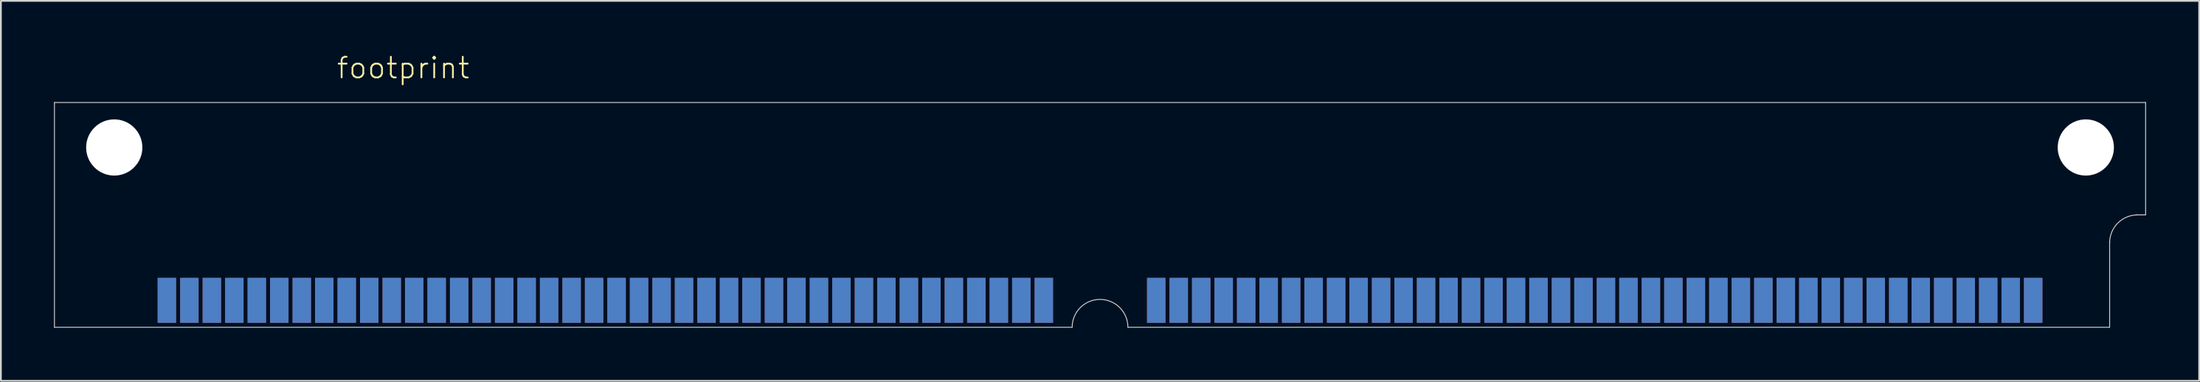
<source format=kicad_pcb>
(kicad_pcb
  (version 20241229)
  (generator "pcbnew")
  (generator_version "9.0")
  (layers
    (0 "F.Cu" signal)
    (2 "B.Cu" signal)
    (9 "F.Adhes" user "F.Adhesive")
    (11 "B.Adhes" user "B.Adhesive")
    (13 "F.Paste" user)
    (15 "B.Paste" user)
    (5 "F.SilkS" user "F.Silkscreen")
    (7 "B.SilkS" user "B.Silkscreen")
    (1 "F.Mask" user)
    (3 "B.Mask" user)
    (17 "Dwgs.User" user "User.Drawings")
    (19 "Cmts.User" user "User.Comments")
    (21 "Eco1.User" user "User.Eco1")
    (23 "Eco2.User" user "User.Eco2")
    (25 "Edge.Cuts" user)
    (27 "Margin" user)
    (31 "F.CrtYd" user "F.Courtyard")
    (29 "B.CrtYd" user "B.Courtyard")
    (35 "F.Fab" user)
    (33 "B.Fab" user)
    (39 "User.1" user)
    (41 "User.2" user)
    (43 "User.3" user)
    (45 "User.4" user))
  (footprint "footprint"
    (layer "F.Cu")
    (at 59.08 5.283)
    (property "Reference" "footprint" (at -43.18 -3.81 0) (layer "F.SilkS") (effects (font (size 1.168 1.168) (thickness 0.102)) (justify left bottom)))
    (fp_line (start -59.055 -2.54) (end -59.055 10.16) (stroke (width 0.05) (type solid)) (layer "Edge.Cuts"))
    (fp_line (start -59.055 10.16) (end -1.575 10.16) (stroke (width 0.05) (type solid)) (layer "Edge.Cuts"))
    (fp_line (start 1.575 10.16) (end 57.023 10.16) (stroke (width 0.05) (type solid)) (layer "Edge.Cuts"))
    (fp_line (start 57.023 10.16) (end 57.023 5.309) (stroke (width 0.05) (type solid)) (layer "Edge.Cuts"))
    (fp_line (start 59.055 -2.54) (end -59.055 -2.54) (stroke (width 0.05) (type solid)) (layer "Edge.Cuts"))
    (fp_line (start 59.055 3.81) (end 58.496 3.81) (stroke (width 0.05) (type solid)) (layer "Edge.Cuts"))
    (fp_line (start 59.055 3.81) (end 59.055 -2.54) (stroke (width 0.05) (type solid)) (layer "Edge.Cuts"))
    (fp_arc (start -1.5748 10.16) (mid 0 8.5852) (end 1.5748 10.16) (stroke (width 0.05) (type solid)) (layer "Edge.Cuts"))
    (fp_arc (start 57.023 5.3848) (mid 57.484248 4.271248) (end 58.5978 3.81) (stroke (width 0.05) (type solid)) (layer "Edge.Cuts"))
    (pad "" np_thru_hole circle (at -55.677 0) (size 3.175 3.175) (drill 3.175) (layers "*.Cu" "*.Mask"))
    (pad "" np_thru_hole circle (at 55.677 0) (size 3.175 3.175) (drill 3.175) (layers "*.Cu" "*.Mask"))
    (pad "1" smd rect (at 52.705 8.636) (size 1.041 2.54) (layers "F.Cu" "F.Mask" "F.Paste"))
    (pad "2" smd rect (at 51.435 8.636) (size 1.041 2.54) (layers "F.Cu" "F.Mask" "F.Paste"))
    (pad "3" smd rect (at 50.165 8.636) (size 1.041 2.54) (layers "F.Cu" "F.Mask" "F.Paste"))
    (pad "4" smd rect (at 48.895 8.636) (size 1.041 2.54) (layers "F.Cu" "F.Mask" "F.Paste"))
    (pad "5" smd rect (at 47.625 8.636) (size 1.041 2.54) (layers "F.Cu" "F.Mask" "F.Paste"))
    (pad "6" smd rect (at 46.355 8.636) (size 1.041 2.54) (layers "F.Cu" "F.Mask" "F.Paste"))
    (pad "7" smd rect (at 45.085 8.636) (size 1.041 2.54) (layers "F.Cu" "F.Mask" "F.Paste"))
    (pad "8" smd rect (at 43.815 8.636) (size 1.041 2.54) (layers "F.Cu" "F.Mask" "F.Paste"))
    (pad "9" smd rect (at 42.545 8.636) (size 1.041 2.54) (layers "F.Cu" "F.Mask" "F.Paste"))
    (pad "10" smd rect (at 41.275 8.636) (size 1.041 2.54) (layers "F.Cu" "F.Mask" "F.Paste"))
    (pad "11" smd rect (at 40.005 8.636) (size 1.041 2.54) (layers "F.Cu" "F.Mask" "F.Paste"))
    (pad "12" smd rect (at 38.735 8.636) (size 1.041 2.54) (layers "F.Cu" "F.Mask" "F.Paste"))
    (pad "13" smd rect (at 37.465 8.636) (size 1.041 2.54) (layers "F.Cu" "F.Mask" "F.Paste"))
    (pad "14" smd rect (at 36.195 8.636) (size 1.041 2.54) (layers "F.Cu" "F.Mask" "F.Paste"))
    (pad "15" smd rect (at 34.925 8.636) (size 1.041 2.54) (layers "F.Cu" "F.Mask" "F.Paste"))
    (pad "16" smd rect (at 33.655 8.636) (size 1.041 2.54) (layers "F.Cu" "F.Mask" "F.Paste"))
    (pad "17" smd rect (at 32.385 8.636) (size 1.041 2.54) (layers "F.Cu" "F.Mask" "F.Paste"))
    (pad "18" smd rect (at 31.115 8.636) (size 1.041 2.54) (layers "F.Cu" "F.Mask" "F.Paste"))
    (pad "19" smd rect (at 29.845 8.636) (size 1.041 2.54) (layers "F.Cu" "F.Mask" "F.Paste"))
    (pad "20" smd rect (at 28.575 8.636) (size 1.041 2.54) (layers "F.Cu" "F.Mask" "F.Paste"))
    (pad "21" smd rect (at 27.305 8.636) (size 1.041 2.54) (layers "F.Cu" "F.Mask" "F.Paste"))
    (pad "22" smd rect (at 26.035 8.636) (size 1.041 2.54) (layers "F.Cu" "F.Mask" "F.Paste"))
    (pad "23" smd rect (at 24.765 8.636) (size 1.041 2.54) (layers "F.Cu" "F.Mask" "F.Paste"))
    (pad "24" smd rect (at 23.495 8.636) (size 1.041 2.54) (layers "F.Cu" "F.Mask" "F.Paste"))
    (pad "25" smd rect (at 22.225 8.636) (size 1.041 2.54) (layers "F.Cu" "F.Mask" "F.Paste"))
    (pad "26" smd rect (at 20.955 8.636) (size 1.041 2.54) (layers "F.Cu" "F.Mask" "F.Paste"))
    (pad "27" smd rect (at 19.685 8.636) (size 1.041 2.54) (layers "F.Cu" "F.Mask" "F.Paste"))
    (pad "28" smd rect (at 18.415 8.636) (size 1.041 2.54) (layers "F.Cu" "F.Mask" "F.Paste"))
    (pad "29" smd rect (at 17.145 8.636) (size 1.041 2.54) (layers "F.Cu" "F.Mask" "F.Paste"))
    (pad "30" smd rect (at 15.875 8.636) (size 1.041 2.54) (layers "F.Cu" "F.Mask" "F.Paste"))
    (pad "31" smd rect (at 14.605 8.636) (size 1.041 2.54) (layers "F.Cu" "F.Mask" "F.Paste"))
    (pad "32" smd rect (at 13.335 8.636) (size 1.041 2.54) (layers "F.Cu" "F.Mask" "F.Paste"))
    (pad "33" smd rect (at 12.065 8.636) (size 1.041 2.54) (layers "F.Cu" "F.Mask" "F.Paste"))
    (pad "34" smd rect (at 10.795 8.636) (size 1.041 2.54) (layers "F.Cu" "F.Mask" "F.Paste"))
    (pad "35" smd rect (at 9.525 8.636) (size 1.041 2.54) (layers "F.Cu" "F.Mask" "F.Paste"))
    (pad "36" smd rect (at 8.255 8.636) (size 1.041 2.54) (layers "F.Cu" "F.Mask" "F.Paste"))
    (pad "37" smd rect (at 6.985 8.636) (size 1.041 2.54) (layers "F.Cu" "F.Mask" "F.Paste"))
    (pad "38" smd rect (at 5.715 8.636) (size 1.041 2.54) (layers "F.Cu" "F.Mask" "F.Paste"))
    (pad "39" smd rect (at 4.445 8.636) (size 1.041 2.54) (layers "F.Cu" "F.Mask" "F.Paste"))
    (pad "40" smd rect (at 3.175 8.636) (size 1.041 2.54) (layers "F.Cu" "F.Mask" "F.Paste"))
    (pad "41" smd rect (at -3.175 8.636) (size 1.041 2.54) (layers "F.Cu" "F.Mask" "F.Paste"))
    (pad "42" smd rect (at -4.445 8.636) (size 1.041 2.54) (layers "F.Cu" "F.Mask" "F.Paste"))
    (pad "43" smd rect (at -5.715 8.636) (size 1.041 2.54) (layers "F.Cu" "F.Mask" "F.Paste"))
    (pad "44" smd rect (at -6.985 8.636) (size 1.041 2.54) (layers "F.Cu" "F.Mask" "F.Paste"))
    (pad "45" smd rect (at -8.255 8.636) (size 1.041 2.54) (layers "F.Cu" "F.Mask" "F.Paste"))
    (pad "46" smd rect (at -9.525 8.636) (size 1.041 2.54) (layers "F.Cu" "F.Mask" "F.Paste"))
    (pad "47" smd rect (at -10.795 8.636) (size 1.041 2.54) (layers "F.Cu" "F.Mask" "F.Paste"))
    (pad "48" smd rect (at -12.065 8.636) (size 1.041 2.54) (layers "F.Cu" "F.Mask" "F.Paste"))
    (pad "49" smd rect (at -13.335 8.636) (size 1.041 2.54) (layers "F.Cu" "F.Mask" "F.Paste"))
    (pad "50" smd rect (at -14.605 8.636) (size 1.041 2.54) (layers "F.Cu" "F.Mask" "F.Paste"))
    (pad "51" smd rect (at -15.875 8.636) (size 1.041 2.54) (layers "F.Cu" "F.Mask" "F.Paste"))
    (pad "52" smd rect (at -17.145 8.636) (size 1.041 2.54) (layers "F.Cu" "F.Mask" "F.Paste"))
    (pad "53" smd rect (at -18.415 8.636) (size 1.041 2.54) (layers "F.Cu" "F.Mask" "F.Paste"))
    (pad "54" smd rect (at -19.685 8.636) (size 1.041 2.54) (layers "F.Cu" "F.Mask" "F.Paste"))
    (pad "55" smd rect (at -20.955 8.636) (size 1.041 2.54) (layers "F.Cu" "F.Mask" "F.Paste"))
    (pad "56" smd rect (at -22.225 8.636) (size 1.041 2.54) (layers "F.Cu" "F.Mask" "F.Paste"))
    (pad "57" smd rect (at -23.495 8.636) (size 1.041 2.54) (layers "F.Cu" "F.Mask" "F.Paste"))
    (pad "58" smd rect (at -24.765 8.636) (size 1.041 2.54) (layers "F.Cu" "F.Mask" "F.Paste"))
    (pad "59" smd rect (at -26.035 8.636) (size 1.041 2.54) (layers "F.Cu" "F.Mask" "F.Paste"))
    (pad "60" smd rect (at -27.305 8.636) (size 1.041 2.54) (layers "F.Cu" "F.Mask" "F.Paste"))
    (pad "61" smd rect (at -28.575 8.636) (size 1.041 2.54) (layers "F.Cu" "F.Mask" "F.Paste"))
    (pad "62" smd rect (at -29.845 8.636) (size 1.041 2.54) (layers "F.Cu" "F.Mask" "F.Paste"))
    (pad "63" smd rect (at -31.115 8.636) (size 1.041 2.54) (layers "F.Cu" "F.Mask" "F.Paste"))
    (pad "64" smd rect (at -32.385 8.636) (size 1.041 2.54) (layers "F.Cu" "F.Mask" "F.Paste"))
    (pad "65" smd rect (at -33.655 8.636) (size 1.041 2.54) (layers "F.Cu" "F.Mask" "F.Paste"))
    (pad "66" smd rect (at -34.925 8.636) (size 1.041 2.54) (layers "F.Cu" "F.Mask" "F.Paste"))
    (pad "67" smd rect (at -36.195 8.636) (size 1.041 2.54) (layers "F.Cu" "F.Mask" "F.Paste"))
    (pad "68" smd rect (at -37.465 8.636) (size 1.041 2.54) (layers "F.Cu" "F.Mask" "F.Paste"))
    (pad "69" smd rect (at -38.735 8.636) (size 1.041 2.54) (layers "F.Cu" "F.Mask" "F.Paste"))
    (pad "70" smd rect (at -40.005 8.636) (size 1.041 2.54) (layers "F.Cu" "F.Mask" "F.Paste"))
    (pad "71" smd rect (at -41.275 8.636) (size 1.041 2.54) (layers "F.Cu" "F.Mask" "F.Paste"))
    (pad "72" smd rect (at -42.545 8.636) (size 1.041 2.54) (layers "F.Cu" "F.Mask" "F.Paste"))
    (pad "73" smd rect (at -43.815 8.636) (size 1.041 2.54) (layers "F.Cu" "F.Mask" "F.Paste"))
    (pad "74" smd rect (at -45.085 8.636) (size 1.041 2.54) (layers "F.Cu" "F.Mask" "F.Paste"))
    (pad "75" smd rect (at -46.355 8.636) (size 1.041 2.54) (layers "F.Cu" "F.Mask" "F.Paste"))
    (pad "76" smd rect (at -47.625 8.636) (size 1.041 2.54) (layers "F.Cu" "F.Mask" "F.Paste"))
    (pad "77" smd rect (at -48.895 8.636) (size 1.041 2.54) (layers "F.Cu" "F.Mask" "F.Paste"))
    (pad "78" smd rect (at -50.165 8.636) (size 1.041 2.54) (layers "F.Cu" "F.Mask" "F.Paste"))
    (pad "79" smd rect (at -51.435 8.636) (size 1.041 2.54) (layers "F.Cu" "F.Mask" "F.Paste"))
    (pad "80" smd rect (at -52.705 8.636) (size 1.041 2.54) (layers "F.Cu" "F.Mask" "F.Paste"))
    (pad "81" smd rect (at 52.705 8.636) (size 1.041 2.54) (layers "B.Cu" "B.Mask" "B.Paste"))
    (pad "82" smd rect (at 51.435 8.636) (size 1.041 2.54) (layers "B.Cu" "B.Mask" "B.Paste"))
    (pad "83" smd rect (at 50.165 8.636) (size 1.041 2.54) (layers "B.Cu" "B.Mask" "B.Paste"))
    (pad "84" smd rect (at 48.895 8.636) (size 1.041 2.54) (layers "B.Cu" "B.Mask" "B.Paste"))
    (pad "85" smd rect (at 47.625 8.636) (size 1.041 2.54) (layers "B.Cu" "B.Mask" "B.Paste"))
    (pad "86" smd rect (at 46.355 8.636) (size 1.041 2.54) (layers "B.Cu" "B.Mask" "B.Paste"))
    (pad "87" smd rect (at 45.085 8.636) (size 1.041 2.54) (layers "B.Cu" "B.Mask" "B.Paste"))
    (pad "88" smd rect (at 43.815 8.636) (size 1.041 2.54) (layers "B.Cu" "B.Mask" "B.Paste"))
    (pad "89" smd rect (at 42.545 8.636) (size 1.041 2.54) (layers "B.Cu" "B.Mask" "B.Paste"))
    (pad "90" smd rect (at 41.275 8.636) (size 1.041 2.54) (layers "B.Cu" "B.Mask" "B.Paste"))
    (pad "91" smd rect (at 40.005 8.636) (size 1.041 2.54) (layers "B.Cu" "B.Mask" "B.Paste"))
    (pad "92" smd rect (at 38.735 8.636) (size 1.041 2.54) (layers "B.Cu" "B.Mask" "B.Paste"))
    (pad "93" smd rect (at 37.465 8.636) (size 1.041 2.54) (layers "B.Cu" "B.Mask" "B.Paste"))
    (pad "94" smd rect (at 36.195 8.636) (size 1.041 2.54) (layers "B.Cu" "B.Mask" "B.Paste"))
    (pad "95" smd rect (at 34.925 8.636) (size 1.041 2.54) (layers "B.Cu" "B.Mask" "B.Paste"))
    (pad "96" smd rect (at 33.655 8.636) (size 1.041 2.54) (layers "B.Cu" "B.Mask" "B.Paste"))
    (pad "97" smd rect (at 32.385 8.636) (size 1.041 2.54) (layers "B.Cu" "B.Mask" "B.Paste"))
    (pad "98" smd rect (at 31.115 8.636) (size 1.041 2.54) (layers "B.Cu" "B.Mask" "B.Paste"))
    (pad "99" smd rect (at 29.845 8.636) (size 1.041 2.54) (layers "B.Cu" "B.Mask" "B.Paste"))
    (pad "100" smd rect (at 28.575 8.636) (size 1.041 2.54) (layers "B.Cu" "B.Mask" "B.Paste"))
    (pad "101" smd rect (at 27.305 8.636) (size 1.041 2.54) (layers "B.Cu" "B.Mask" "B.Paste"))
    (pad "102" smd rect (at 26.035 8.636) (size 1.041 2.54) (layers "B.Cu" "B.Mask" "B.Paste"))
    (pad "103" smd rect (at 24.765 8.636) (size 1.041 2.54) (layers "B.Cu" "B.Mask" "B.Paste"))
    (pad "104" smd rect (at 23.495 8.636) (size 1.041 2.54) (layers "B.Cu" "B.Mask" "B.Paste"))
    (pad "105" smd rect (at 22.225 8.636) (size 1.041 2.54) (layers "B.Cu" "B.Mask" "B.Paste"))
    (pad "106" smd rect (at 20.955 8.636) (size 1.041 2.54) (layers "B.Cu" "B.Mask" "B.Paste"))
    (pad "107" smd rect (at 19.685 8.636) (size 1.041 2.54) (layers "B.Cu" "B.Mask" "B.Paste"))
    (pad "108" smd rect (at 18.415 8.636) (size 1.041 2.54) (layers "B.Cu" "B.Mask" "B.Paste"))
    (pad "109" smd rect (at 17.145 8.636) (size 1.041 2.54) (layers "B.Cu" "B.Mask" "B.Paste"))
    (pad "110" smd rect (at 15.875 8.636) (size 1.041 2.54) (layers "B.Cu" "B.Mask" "B.Paste"))
    (pad "111" smd rect (at 14.605 8.636) (size 1.041 2.54) (layers "B.Cu" "B.Mask" "B.Paste"))
    (pad "112" smd rect (at 13.335 8.636) (size 1.041 2.54) (layers "B.Cu" "B.Mask" "B.Paste"))
    (pad "113" smd rect (at 12.065 8.636) (size 1.041 2.54) (layers "B.Cu" "B.Mask" "B.Paste"))
    (pad "114" smd rect (at 10.795 8.636) (size 1.041 2.54) (layers "B.Cu" "B.Mask" "B.Paste"))
    (pad "115" smd rect (at 9.525 8.636) (size 1.041 2.54) (layers "B.Cu" "B.Mask" "B.Paste"))
    (pad "116" smd rect (at 8.255 8.636) (size 1.041 2.54) (layers "B.Cu" "B.Mask" "B.Paste"))
    (pad "117" smd rect (at 6.985 8.636) (size 1.041 2.54) (layers "B.Cu" "B.Mask" "B.Paste"))
    (pad "118" smd rect (at 5.715 8.636) (size 1.041 2.54) (layers "B.Cu" "B.Mask" "B.Paste"))
    (pad "119" smd rect (at 4.445 8.636) (size 1.041 2.54) (layers "B.Cu" "B.Mask" "B.Paste"))
    (pad "120" smd rect (at 3.175 8.636) (size 1.041 2.54) (layers "B.Cu" "B.Mask" "B.Paste"))
    (pad "121" smd rect (at -3.175 8.636) (size 1.041 2.54) (layers "B.Cu" "B.Mask" "B.Paste"))
    (pad "122" smd rect (at -4.445 8.636) (size 1.041 2.54) (layers "B.Cu" "B.Mask" "B.Paste"))
    (pad "123" smd rect (at -5.715 8.636) (size 1.041 2.54) (layers "B.Cu" "B.Mask" "B.Paste"))
    (pad "124" smd rect (at -6.985 8.636) (size 1.041 2.54) (layers "B.Cu" "B.Mask" "B.Paste"))
    (pad "125" smd rect (at -8.255 8.636) (size 1.041 2.54) (layers "B.Cu" "B.Mask" "B.Paste"))
    (pad "126" smd rect (at -9.525 8.636) (size 1.041 2.54) (layers "B.Cu" "B.Mask" "B.Paste"))
    (pad "127" smd rect (at -10.795 8.636) (size 1.041 2.54) (layers "B.Cu" "B.Mask" "B.Paste"))
    (pad "128" smd rect (at -12.065 8.636) (size 1.041 2.54) (layers "B.Cu" "B.Mask" "B.Paste"))
    (pad "129" smd rect (at -13.335 8.636) (size 1.041 2.54) (layers "B.Cu" "B.Mask" "B.Paste"))
    (pad "130" smd rect (at -14.605 8.636) (size 1.041 2.54) (layers "B.Cu" "B.Mask" "B.Paste"))
    (pad "131" smd rect (at -15.875 8.636) (size 1.041 2.54) (layers "B.Cu" "B.Mask" "B.Paste"))
    (pad "132" smd rect (at -17.145 8.636) (size 1.041 2.54) (layers "B.Cu" "B.Mask" "B.Paste"))
    (pad "133" smd rect (at -18.415 8.636) (size 1.041 2.54) (layers "B.Cu" "B.Mask" "B.Paste"))
    (pad "134" smd rect (at -19.685 8.636) (size 1.041 2.54) (layers "B.Cu" "B.Mask" "B.Paste"))
    (pad "135" smd rect (at -20.955 8.636) (size 1.041 2.54) (layers "B.Cu" "B.Mask" "B.Paste"))
    (pad "136" smd rect (at -22.225 8.636) (size 1.041 2.54) (layers "B.Cu" "B.Mask" "B.Paste"))
    (pad "137" smd rect (at -23.495 8.636) (size 1.041 2.54) (layers "B.Cu" "B.Mask" "B.Paste"))
    (pad "138" smd rect (at -24.765 8.636) (size 1.041 2.54) (layers "B.Cu" "B.Mask" "B.Paste"))
    (pad "139" smd rect (at -26.035 8.636) (size 1.041 2.54) (layers "B.Cu" "B.Mask" "B.Paste"))
    (pad "140" smd rect (at -27.305 8.636) (size 1.041 2.54) (layers "B.Cu" "B.Mask" "B.Paste"))
    (pad "141" smd rect (at -28.575 8.636) (size 1.041 2.54) (layers "B.Cu" "B.Mask" "B.Paste"))
    (pad "142" smd rect (at -29.845 8.636) (size 1.041 2.54) (layers "B.Cu" "B.Mask" "B.Paste"))
    (pad "143" smd rect (at -31.115 8.636) (size 1.041 2.54) (layers "B.Cu" "B.Mask" "B.Paste"))
    (pad "144" smd rect (at -32.385 8.636) (size 1.041 2.54) (layers "B.Cu" "B.Mask" "B.Paste"))
    (pad "145" smd rect (at -33.655 8.636) (size 1.041 2.54) (layers "B.Cu" "B.Mask" "B.Paste"))
    (pad "146" smd rect (at -34.925 8.636) (size 1.041 2.54) (layers "B.Cu" "B.Mask" "B.Paste"))
    (pad "147" smd rect (at -36.195 8.636) (size 1.041 2.54) (layers "B.Cu" "B.Mask" "B.Paste"))
    (pad "148" smd rect (at -37.465 8.636) (size 1.041 2.54) (layers "B.Cu" "B.Mask" "B.Paste"))
    (pad "149" smd rect (at -38.735 8.636) (size 1.041 2.54) (layers "B.Cu" "B.Mask" "B.Paste"))
    (pad "150" smd rect (at -40.005 8.636) (size 1.041 2.54) (layers "B.Cu" "B.Mask" "B.Paste"))
    (pad "151" smd rect (at -41.275 8.636) (size 1.041 2.54) (layers "B.Cu" "B.Mask" "B.Paste"))
    (pad "152" smd rect (at -42.545 8.636) (size 1.041 2.54) (layers "B.Cu" "B.Mask" "B.Paste"))
    (pad "153" smd rect (at -43.815 8.636) (size 1.041 2.54) (layers "B.Cu" "B.Mask" "B.Paste"))
    (pad "154" smd rect (at -45.085 8.636) (size 1.041 2.54) (layers "B.Cu" "B.Mask" "B.Paste"))
    (pad "155" smd rect (at -46.355 8.636) (size 1.041 2.54) (layers "B.Cu" "B.Mask" "B.Paste"))
    (pad "156" smd rect (at -47.625 8.636) (size 1.041 2.54) (layers "B.Cu" "B.Mask" "B.Paste"))
    (pad "157" smd rect (at -48.895 8.636) (size 1.041 2.54) (layers "B.Cu" "B.Mask" "B.Paste"))
    (pad "158" smd rect (at -50.165 8.636) (size 1.041 2.54) (layers "B.Cu" "B.Mask" "B.Paste"))
    (pad "159" smd rect (at -51.435 8.636) (size 1.041 2.54) (layers "B.Cu" "B.Mask" "B.Paste"))
    (pad "160" smd rect (at -52.705 8.636) (size 1.041 2.54) (layers "B.Cu" "B.Mask" "B.Paste")))
  (gr_rect
    (start -3 -3)
    (end 121.16 18.468)
    (stroke (width 0.1) (type default))
    (fill no)
    (layer "Edge.Cuts")))
</source>
